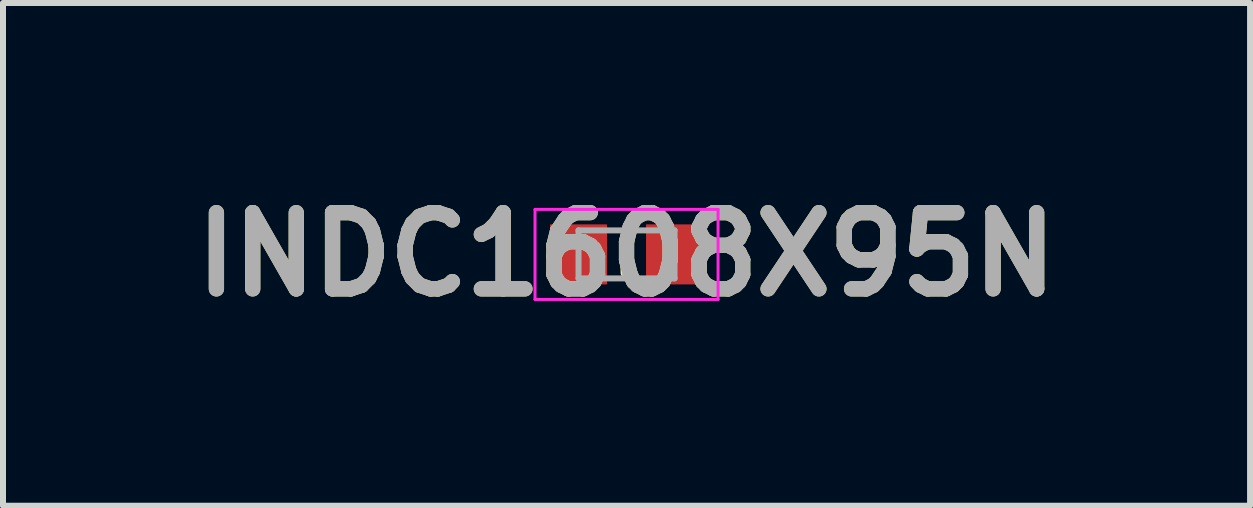
<source format=kicad_pcb>
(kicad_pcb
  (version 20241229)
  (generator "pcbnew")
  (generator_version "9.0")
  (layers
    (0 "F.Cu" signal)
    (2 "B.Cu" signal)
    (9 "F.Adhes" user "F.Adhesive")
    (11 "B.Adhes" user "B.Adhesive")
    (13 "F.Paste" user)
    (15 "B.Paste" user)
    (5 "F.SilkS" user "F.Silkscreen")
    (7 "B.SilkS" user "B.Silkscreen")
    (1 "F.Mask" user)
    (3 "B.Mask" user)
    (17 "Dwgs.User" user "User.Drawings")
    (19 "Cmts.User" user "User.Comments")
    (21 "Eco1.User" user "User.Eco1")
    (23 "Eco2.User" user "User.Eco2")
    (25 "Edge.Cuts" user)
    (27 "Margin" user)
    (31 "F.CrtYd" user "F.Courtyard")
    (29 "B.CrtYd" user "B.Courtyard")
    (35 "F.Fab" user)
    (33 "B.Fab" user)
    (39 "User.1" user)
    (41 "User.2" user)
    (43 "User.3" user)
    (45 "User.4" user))
  (footprint "INDC1608X95N"
    (layer "F.Cu")
    (at 7.39 1.189)
    (property "Reference" "INDC1608X95N" (at 0 0 0) (layer "F.SilkS") (effects (font (size 1.27 1.27) (thickness 0.254))))
    (attr smd)
    (fp_line (start 0 -0.3) (end 0 0.3) (stroke (width 0.2) (type solid)) (layer "F.SilkS"))
    (fp_line (start -1.525 -0.75) (end 1.525 -0.75) (stroke (width 0.05) (type solid)) (layer "F.CrtYd"))
    (fp_line (start -1.525 0.75) (end -1.525 -0.75) (stroke (width 0.05) (type solid)) (layer "F.CrtYd"))
    (fp_line (start 1.525 -0.75) (end 1.525 0.75) (stroke (width 0.05) (type solid)) (layer "F.CrtYd"))
    (fp_line (start 1.525 0.75) (end -1.525 0.75) (stroke (width 0.05) (type solid)) (layer "F.CrtYd"))
    (fp_line (start -0.8 -0.4) (end 0.8 -0.4) (stroke (width 0.1) (type solid)) (layer "F.Fab"))
    (fp_line (start -0.8 0.4) (end -0.8 -0.4) (stroke (width 0.1) (type solid)) (layer "F.Fab"))
    (fp_line (start 0.8 -0.4) (end 0.8 0.4) (stroke (width 0.1) (type solid)) (layer "F.Fab"))
    (fp_line (start 0.8 0.4) (end -0.8 0.4) (stroke (width 0.1) (type solid)) (layer "F.Fab"))
    (fp_text user "${REFERENCE}" (at 0 0 0) (layer "F.Fab") (effects (font (size 1.27 1.27) (thickness 0.254))))
    (pad "1" smd rect (at -0.8 0) (size 0.95 1) (layers "F.Cu" "F.Mask" "F.Paste"))
    (pad "2" smd rect (at 0.8 0) (size 0.95 1) (layers "F.Cu" "F.Mask" "F.Paste")))
  (gr_rect
    (start -3 -3)
    (end 17.78 5.377)
    (stroke (width 0.1) (type default))
    (fill no)
    (layer "Edge.Cuts")))
</source>
